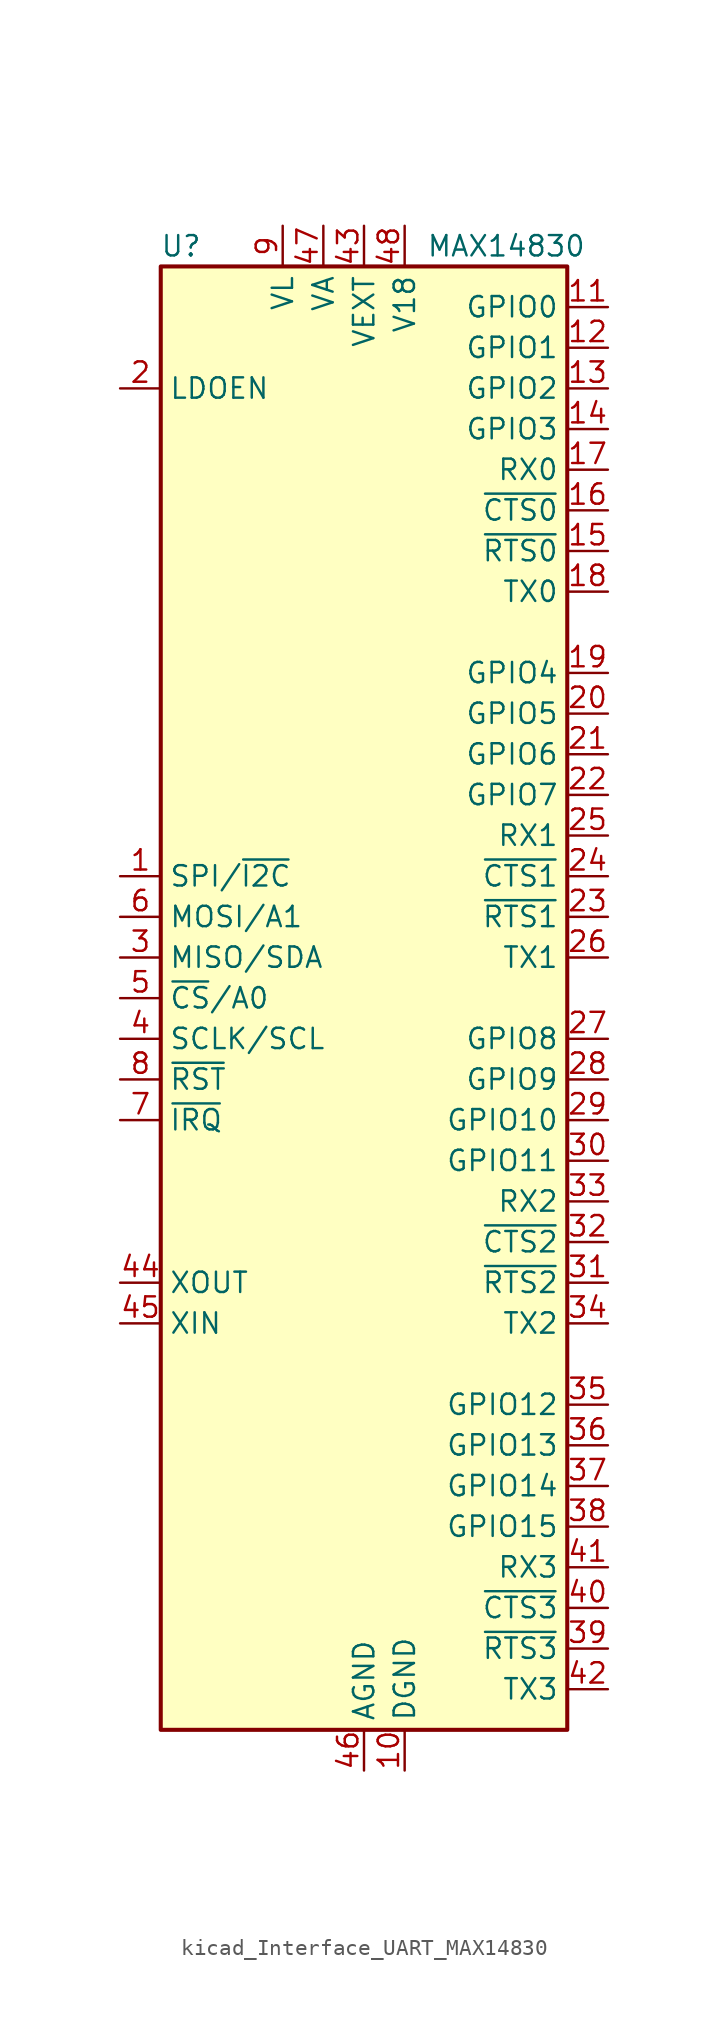
<source format=kicad_sym>
(kicad_symbol_lib
  (version 20220914)
  (generator kicad_symbol_editor)
  (symbol "kicad_Interface_UART_MAX14830"
    (property "Reference" "U"
      (at -11.43 46.99 0)
      (effects (font (size 1.27 1.27))))
    (property "Value" "MAX14830"
      (at 8.89 46.99 0)
      (effects (font (size 1.27 1.27))))
    (symbol "kicad_Interface_UART_MAX14830_0_1"
      (rectangle (start 12.7 45.72) (end -12.7 -45.72) (stroke (width 0.254) (type default)) (fill (type background))))
    (symbol "kicad_Interface_UART_MAX14830_1_1"
      (pin input line (at -15.24 7.62 0) (length 2.54) (name "SPI/~{I2C}" (effects (font (size 1.27 1.27)))) (number "1" (effects (font (size 1.27 1.27)))))
      (pin power_in line (at 2.54 -48.26 90) (length 2.54) (name "DGND" (effects (font (size 1.27 1.27)))) (number "10" (effects (font (size 1.27 1.27)))))
      (pin bidirectional line (at 15.24 43.18 180) (length 2.54) (name "GPIO0" (effects (font (size 1.27 1.27)))) (number "11" (effects (font (size 1.27 1.27)))))
      (pin bidirectional line (at 15.24 40.64 180) (length 2.54) (name "GPIO1" (effects (font (size 1.27 1.27)))) (number "12" (effects (font (size 1.27 1.27)))))
      (pin bidirectional line (at 15.24 38.1 180) (length 2.54) (name "GPIO2" (effects (font (size 1.27 1.27)))) (number "13" (effects (font (size 1.27 1.27)))))
      (pin bidirectional line (at 15.24 35.56 180) (length 2.54) (name "GPIO3" (effects (font (size 1.27 1.27)))) (number "14" (effects (font (size 1.27 1.27)))))
      (pin output line (at 15.24 27.94 180) (length 2.54) (name "~{RTS0}" (effects (font (size 1.27 1.27)))) (number "15" (effects (font (size 1.27 1.27)))))
      (pin input line (at 15.24 30.48 180) (length 2.54) (name "~{CTS0}" (effects (font (size 1.27 1.27)))) (number "16" (effects (font (size 1.27 1.27)))))
      (pin input line (at 15.24 33.02 180) (length 2.54) (name "RX0" (effects (font (size 1.27 1.27)))) (number "17" (effects (font (size 1.27 1.27)))))
      (pin output line (at 15.24 25.4 180) (length 2.54) (name "TX0" (effects (font (size 1.27 1.27)))) (number "18" (effects (font (size 1.27 1.27)))))
      (pin bidirectional line (at 15.24 20.32 180) (length 2.54) (name "GPIO4" (effects (font (size 1.27 1.27)))) (number "19" (effects (font (size 1.27 1.27)))))
      (pin input line (at -15.24 38.1 0) (length 2.54) (name "LDOEN" (effects (font (size 1.27 1.27)))) (number "2" (effects (font (size 1.27 1.27)))))
      (pin bidirectional line (at 15.24 17.78 180) (length 2.54) (name "GPIO5" (effects (font (size 1.27 1.27)))) (number "20" (effects (font (size 1.27 1.27)))))
      (pin bidirectional line (at 15.24 15.24 180) (length 2.54) (name "GPIO6" (effects (font (size 1.27 1.27)))) (number "21" (effects (font (size 1.27 1.27)))))
      (pin bidirectional line (at 15.24 12.7 180) (length 2.54) (name "GPIO7" (effects (font (size 1.27 1.27)))) (number "22" (effects (font (size 1.27 1.27)))))
      (pin output line (at 15.24 5.08 180) (length 2.54) (name "~{RTS1}" (effects (font (size 1.27 1.27)))) (number "23" (effects (font (size 1.27 1.27)))))
      (pin input line (at 15.24 7.62 180) (length 2.54) (name "~{CTS1}" (effects (font (size 1.27 1.27)))) (number "24" (effects (font (size 1.27 1.27)))))
      (pin input line (at 15.24 10.16 180) (length 2.54) (name "RX1" (effects (font (size 1.27 1.27)))) (number "25" (effects (font (size 1.27 1.27)))))
      (pin output line (at 15.24 2.54 180) (length 2.54) (name "TX1" (effects (font (size 1.27 1.27)))) (number "26" (effects (font (size 1.27 1.27)))))
      (pin bidirectional line (at 15.24 -2.54 180) (length 2.54) (name "GPIO8" (effects (font (size 1.27 1.27)))) (number "27" (effects (font (size 1.27 1.27)))))
      (pin bidirectional line (at 15.24 -5.08 180) (length 2.54) (name "GPIO9" (effects (font (size 1.27 1.27)))) (number "28" (effects (font (size 1.27 1.27)))))
      (pin bidirectional line (at 15.24 -7.62 180) (length 2.54) (name "GPIO10" (effects (font (size 1.27 1.27)))) (number "29" (effects (font (size 1.27 1.27)))))
      (pin bidirectional line (at -15.24 2.54 0) (length 2.54) (name "MISO/SDA" (effects (font (size 1.27 1.27)))) (number "3" (effects (font (size 1.27 1.27)))))
      (pin bidirectional line (at 15.24 -10.16 180) (length 2.54) (name "GPIO11" (effects (font (size 1.27 1.27)))) (number "30" (effects (font (size 1.27 1.27)))))
      (pin output line (at 15.24 -17.78 180) (length 2.54) (name "~{RTS2}" (effects (font (size 1.27 1.27)))) (number "31" (effects (font (size 1.27 1.27)))))
      (pin input line (at 15.24 -15.24 180) (length 2.54) (name "~{CTS2}" (effects (font (size 1.27 1.27)))) (number "32" (effects (font (size 1.27 1.27)))))
      (pin input line (at 15.24 -12.7 180) (length 2.54) (name "RX2" (effects (font (size 1.27 1.27)))) (number "33" (effects (font (size 1.27 1.27)))))
      (pin output line (at 15.24 -20.32 180) (length 2.54) (name "TX2" (effects (font (size 1.27 1.27)))) (number "34" (effects (font (size 1.27 1.27)))))
      (pin bidirectional line (at 15.24 -25.4 180) (length 2.54) (name "GPIO12" (effects (font (size 1.27 1.27)))) (number "35" (effects (font (size 1.27 1.27)))))
      (pin bidirectional line (at 15.24 -27.94 180) (length 2.54) (name "GPIO13" (effects (font (size 1.27 1.27)))) (number "36" (effects (font (size 1.27 1.27)))))
      (pin bidirectional line (at 15.24 -30.48 180) (length 2.54) (name "GPIO14" (effects (font (size 1.27 1.27)))) (number "37" (effects (font (size 1.27 1.27)))))
      (pin bidirectional line (at 15.24 -33.02 180) (length 2.54) (name "GPIO15" (effects (font (size 1.27 1.27)))) (number "38" (effects (font (size 1.27 1.27)))))
      (pin output line (at 15.24 -40.64 180) (length 2.54) (name "~{RTS3}" (effects (font (size 1.27 1.27)))) (number "39" (effects (font (size 1.27 1.27)))))
      (pin input line (at -15.24 -2.54 0) (length 2.54) (name "SCLK/SCL" (effects (font (size 1.27 1.27)))) (number "4" (effects (font (size 1.27 1.27)))))
      (pin input line (at 15.24 -38.1 180) (length 2.54) (name "~{CTS3}" (effects (font (size 1.27 1.27)))) (number "40" (effects (font (size 1.27 1.27)))))
      (pin input line (at 15.24 -35.56 180) (length 2.54) (name "RX3" (effects (font (size 1.27 1.27)))) (number "41" (effects (font (size 1.27 1.27)))))
      (pin output line (at 15.24 -43.18 180) (length 2.54) (name "TX3" (effects (font (size 1.27 1.27)))) (number "42" (effects (font (size 1.27 1.27)))))
      (pin power_in line (at 0 48.26 270) (length 2.54) (name "VEXT" (effects (font (size 1.27 1.27)))) (number "43" (effects (font (size 1.27 1.27)))))
      (pin output line (at -15.24 -17.78 0) (length 2.54) (name "XOUT" (effects (font (size 1.27 1.27)))) (number "44" (effects (font (size 1.27 1.27)))))
      (pin input line (at -15.24 -20.32 0) (length 2.54) (name "XIN" (effects (font (size 1.27 1.27)))) (number "45" (effects (font (size 1.27 1.27)))))
      (pin power_in line (at 0 -48.26 90) (length 2.54) (name "AGND" (effects (font (size 1.27 1.27)))) (number "46" (effects (font (size 1.27 1.27)))))
      (pin power_in line (at -2.54 48.26 270) (length 2.54) (name "VA" (effects (font (size 1.27 1.27)))) (number "47" (effects (font (size 1.27 1.27)))))
      (pin power_out line (at 2.54 48.26 270) (length 2.54) (name "V18" (effects (font (size 1.27 1.27)))) (number "48" (effects (font (size 1.27 1.27)))))
      (pin passive line (at 0 -48.26 90) (length 2.54) hide (name "AGND" (effects (font (size 1.27 1.27)))) (number "49" (effects (font (size 1.27 1.27)))))
      (pin input line (at -15.24 0 0) (length 2.54) (name "~{CS}/A0" (effects (font (size 1.27 1.27)))) (number "5" (effects (font (size 1.27 1.27)))))
      (pin input line (at -15.24 5.08 0) (length 2.54) (name "MOSI/A1" (effects (font (size 1.27 1.27)))) (number "6" (effects (font (size 1.27 1.27)))))
      (pin input line (at -15.24 -7.62 0) (length 2.54) (name "~{IRQ}" (effects (font (size 1.27 1.27)))) (number "7" (effects (font (size 1.27 1.27)))))
      (pin input line (at -15.24 -5.08 0) (length 2.54) (name "~{RST}" (effects (font (size 1.27 1.27)))) (number "8" (effects (font (size 1.27 1.27)))))
      (pin power_in line (at -5.08 48.26 270) (length 2.54) (name "VL" (effects (font (size 1.27 1.27)))) (number "9" (effects (font (size 1.27 1.27))))))))
</source>
